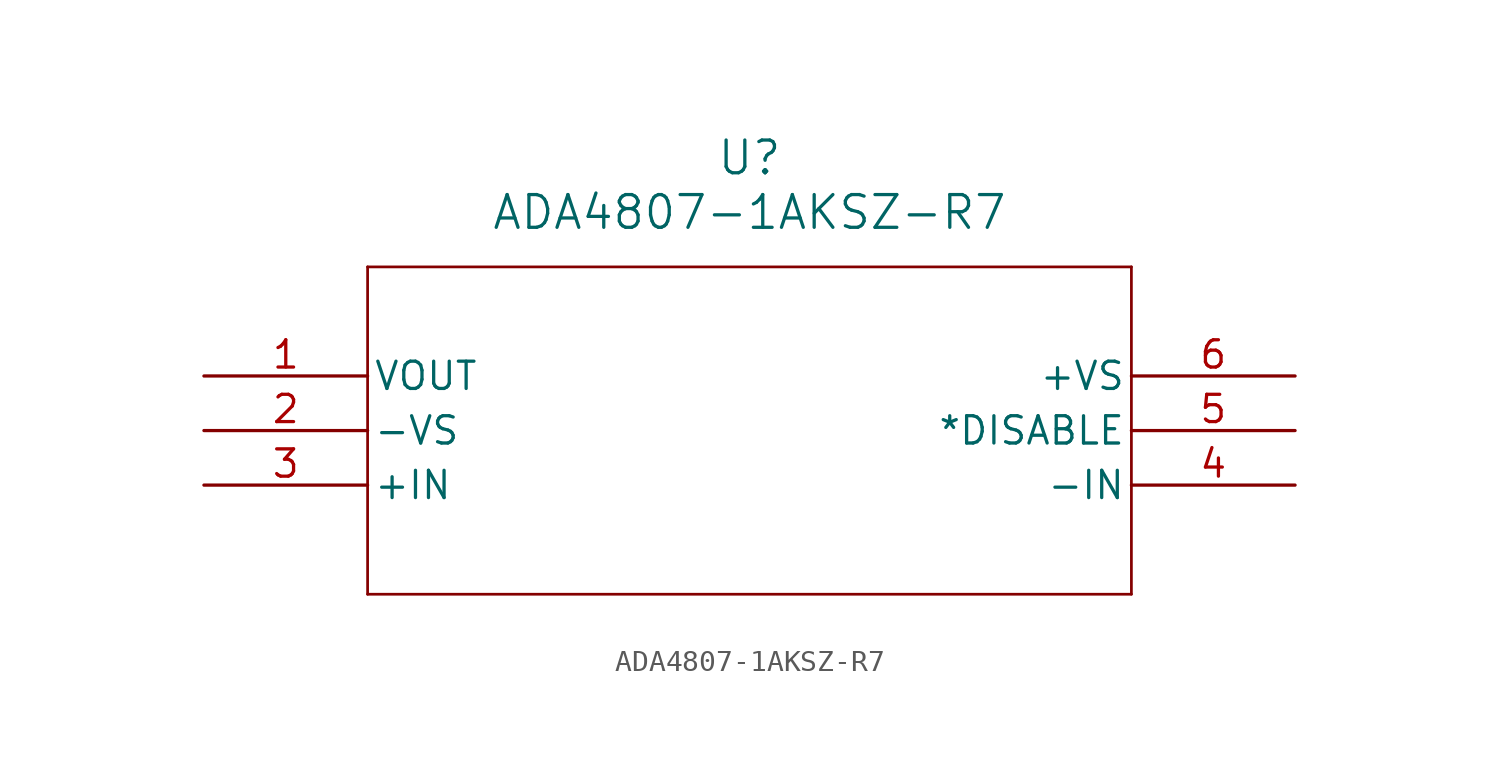
<source format=kicad_sym>
(kicad_symbol_lib
  (version 20211014)
  (generator kicad_symbol_editor)
  (symbol "ADA4807-1AKSZ-R7"
    (pin_names
      (offset 0.254))
    (property "Reference" "U"
      (at 25.4 10.16 0)
      (effects (font (size 1.524 1.524))))
    (property "Value" "ADA4807-1AKSZ-R7"
      (at 25.4 7.62 0)
      (effects (font (size 1.524 1.524))))
    (symbol "ADA4807-1AKSZ-R7_0_1"
      (polyline (pts (xy 7.62 5.08) (xy 7.62 -10.16)) (stroke (width 0.127) (type default) (color 0 0 0 0)) (fill (type none)))
      (polyline (pts (xy 7.62 -10.16) (xy 43.18 -10.16)) (stroke (width 0.127) (type default) (color 0 0 0 0)) (fill (type none)))
      (polyline (pts (xy 43.18 -10.16) (xy 43.18 5.08)) (stroke (width 0.127) (type default) (color 0 0 0 0)) (fill (type none)))
      (polyline (pts (xy 43.18 5.08) (xy 7.62 5.08)) (stroke (width 0.127) (type default) (color 0 0 0 0)) (fill (type none)))
      (pin power_in line (at 0 0 0) (length 7.62) (name "VOUT" (effects (font (size 1.27 1.27)))) (number "1" (effects (font (size 1.27 1.27)))))
      (pin power_in line (at 0 -2.54 0) (length 7.62) (name "-VS" (effects (font (size 1.27 1.27)))) (number "2" (effects (font (size 1.27 1.27)))))
      (pin input line (at 0 -5.08 0) (length 7.62) (name "+IN" (effects (font (size 1.27 1.27)))) (number "3" (effects (font (size 1.27 1.27)))))
      (pin input line (at 50.8 -5.08 180) (length 7.62) (name "-IN" (effects (font (size 1.27 1.27)))) (number "4" (effects (font (size 1.27 1.27)))))
      (pin unspecified line (at 50.8 -2.54 180) (length 7.62) (name "*DISABLE" (effects (font (size 1.27 1.27)))) (number "5" (effects (font (size 1.27 1.27)))))
      (pin power_in line (at 50.8 0 180) (length 7.62) (name "+VS" (effects (font (size 1.27 1.27)))) (number "6" (effects (font (size 1.27 1.27))))))))
</source>
